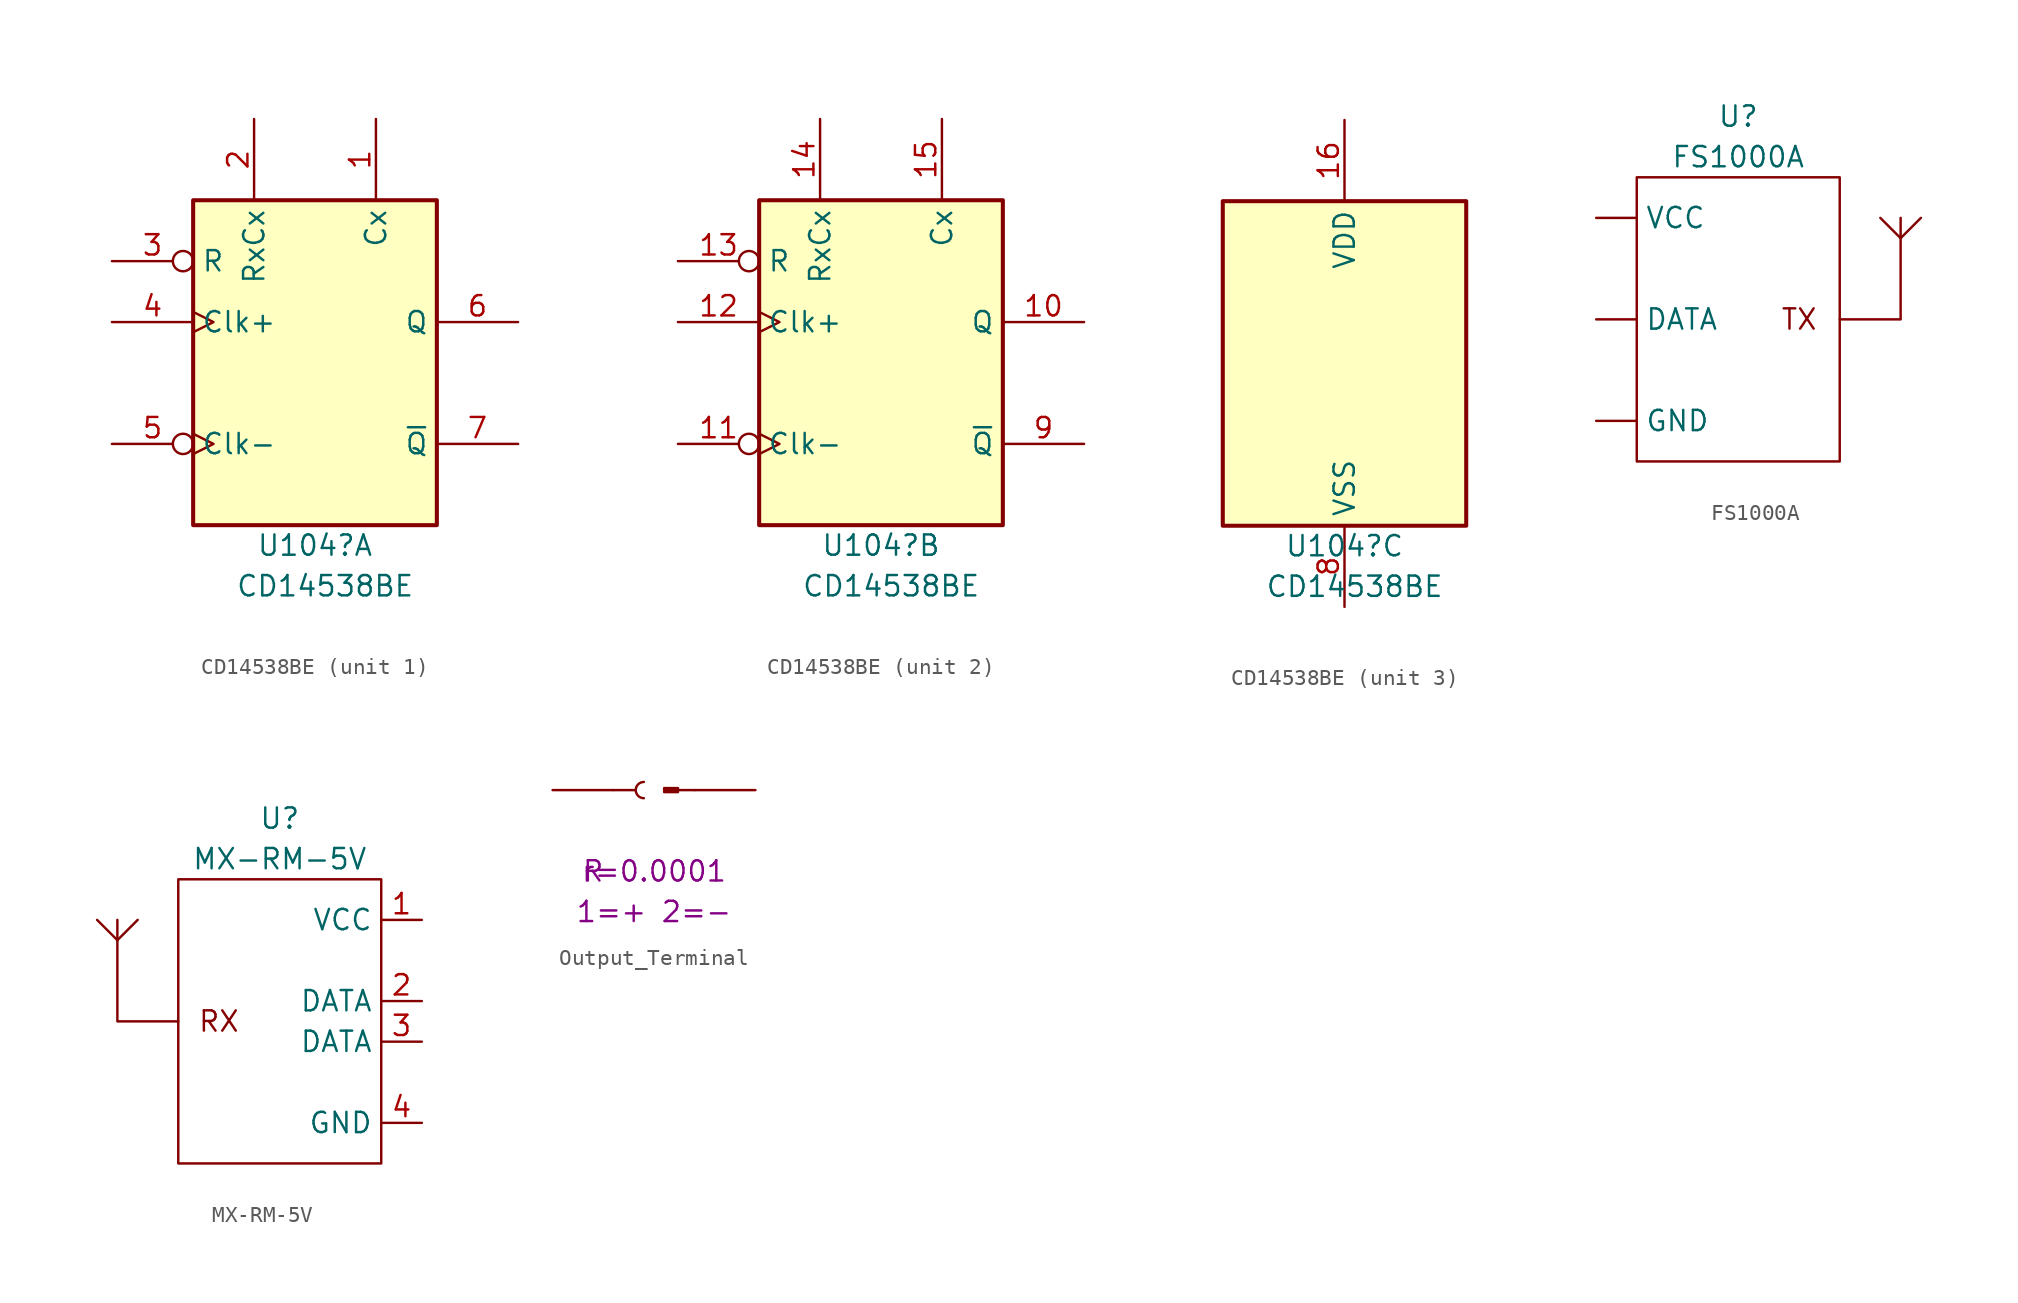
<source format=kicad_sym>
(kicad_symbol_lib
  (version 20220914)
  (generator kicad_symbol_editor)
  (symbol "CD14538BE"
    (property "Reference" "U104"
      (at 0 -11.43 0)
      (effects (font (size 1.27 1.27))))
    (property "Value" "CD14538BE"
      (at 0.635 -13.97 0)
      (effects (font (size 1.27 1.27))))
    (property "ki_locked" ""
      (at 0 0 0)
      (effects (font (size 1.27 1.27))))
    (symbol "CD14538BE_1_0"
      (pin input line (at 3.81 15.24 270) (length 5.08) (name "Cx" (effects (font (size 1.27 1.27)))) (number "1" (effects (font (size 1.27 1.27)))))
      (pin input line (at -3.81 15.24 270) (length 5.08) (name "RxCx" (effects (font (size 1.27 1.27)))) (number "2" (effects (font (size 1.27 1.27)))))
      (pin input inverted (at -12.7 6.35 0) (length 5.08) (name "R" (effects (font (size 1.27 1.27)))) (number "3" (effects (font (size 1.27 1.27)))))
      (pin input clock (at -12.7 2.54 0) (length 5.08) (name "Clk+" (effects (font (size 1.27 1.27)))) (number "4" (effects (font (size 1.27 1.27)))))
      (pin input inverted_clock (at -12.7 -5.08 0) (length 5.08) (name "Clk-" (effects (font (size 1.27 1.27)))) (number "5" (effects (font (size 1.27 1.27)))))
      (pin output line (at 12.7 2.54 180) (length 5.08) (name "Q" (effects (font (size 1.27 1.27)))) (number "6" (effects (font (size 1.27 1.27)))))
      (pin output line (at 12.7 -5.08 180) (length 5.08) (name "~{Q}" (effects (font (size 1.27 1.27)))) (number "7" (effects (font (size 1.27 1.27))))))
    (symbol "CD14538BE_1_1"
      (rectangle (start -7.62 10.16) (end 7.62 -10.16) (stroke (width 0.254) (type default)) (fill (type background))))
    (symbol "CD14538BE_2_0"
      (pin output line (at 12.7 2.54 180) (length 5.08) (name "Q" (effects (font (size 1.27 1.27)))) (number "10" (effects (font (size 1.27 1.27)))))
      (pin input inverted_clock (at -12.7 -5.08 0) (length 5.08) (name "Clk-" (effects (font (size 1.27 1.27)))) (number "11" (effects (font (size 1.27 1.27)))))
      (pin input clock (at -12.7 2.54 0) (length 5.08) (name "Clk+" (effects (font (size 1.27 1.27)))) (number "12" (effects (font (size 1.27 1.27)))))
      (pin input inverted (at -12.7 6.35 0) (length 5.08) (name "R" (effects (font (size 1.27 1.27)))) (number "13" (effects (font (size 1.27 1.27)))))
      (pin input line (at -3.81 15.24 270) (length 5.08) (name "RxCx" (effects (font (size 1.27 1.27)))) (number "14" (effects (font (size 1.27 1.27)))))
      (pin input line (at 3.81 15.24 270) (length 5.08) (name "Cx" (effects (font (size 1.27 1.27)))) (number "15" (effects (font (size 1.27 1.27)))))
      (pin output line (at 12.7 -5.08 180) (length 5.08) (name "~{Q}" (effects (font (size 1.27 1.27)))) (number "9" (effects (font (size 1.27 1.27))))))
    (symbol "CD14538BE_2_1"
      (rectangle (start -7.62 10.16) (end 7.62 -10.16) (stroke (width 0.254) (type default)) (fill (type background))))
    (symbol "CD14538BE_3_0"
      (pin power_in line (at 0 15.24 270) (length 5.08) (name "VDD" (effects (font (size 1.27 1.27)))) (number "16" (effects (font (size 1.27 1.27)))))
      (pin power_in line (at 0 -15.24 90) (length 5.08) (name "VSS" (effects (font (size 1.27 1.27)))) (number "8" (effects (font (size 1.27 1.27))))))
    (symbol "CD14538BE_3_1"
      (rectangle (start -7.62 10.16) (end 7.62 -10.16) (stroke (width 0.254) (type default)) (fill (type background)))))
  (symbol "FS1000A"
    (pin_numbers hide)
    (property "Reference" "U"
      (at 0 12.7 0)
      (effects (font (size 1.27 1.27))))
    (property "Value" "FS1000A"
      (at 0 10.16 0)
      (effects (font (size 1.27 1.27))))
    (symbol "FS1000A_0_1"
      (rectangle (start -6.35 8.89) (end 6.35 -8.89) (stroke (width 0) (type default)) (fill (type none)))
      (polyline (pts (xy 10.16 5.08) (xy 10.16 6.35)) (stroke (width 0) (type default)) (fill (type none)))
      (polyline (pts (xy 10.16 5.08) (xy 11.43 6.35)) (stroke (width 0) (type default)) (fill (type none)))
      (polyline (pts (xy 6.35 0) (xy 10.16 0) (xy 10.16 5.08) (xy 8.89 6.35)) (stroke (width 0) (type default)) (fill (type none))))
    (symbol "FS1000A_1_1"
      (text "TX" (at 3.81 0 0) (effects (font (size 1.27 1.27))))
      (pin input line (at -8.89 0 0) (length 2.54) (name "DATA" (effects (font (size 1.27 1.27)))) (number "1" (effects (font (size 1.27 1.27)))))
      (pin power_in line (at -8.89 6.35 0) (length 2.54) (name "VCC" (effects (font (size 1.27 1.27)))) (number "2" (effects (font (size 1.27 1.27)))))
      (pin power_in line (at -8.89 -6.35 0) (length 2.54) (name "GND" (effects (font (size 1.27 1.27)))) (number "3" (effects (font (size 1.27 1.27)))))))
  (symbol "MX-RM-5V"
    (property "Reference" "U"
      (at 0 12.7 0)
      (effects (font (size 1.27 1.27))))
    (property "Value" "MX-RM-5V"
      (at 0 10.16 0)
      (effects (font (size 1.27 1.27))))
    (symbol "MX-RM-5V_0_1"
      (rectangle (start -6.35 -8.89) (end 6.35 8.89) (stroke (width 0) (type default)) (fill (type none)))
      (polyline (pts (xy -10.16 5.08) (xy -11.43 6.35)) (stroke (width 0) (type default)) (fill (type none)))
      (polyline (pts (xy -10.16 5.08) (xy -10.16 6.35)) (stroke (width 0) (type default)) (fill (type none)))
      (polyline (pts (xy -6.35 0) (xy -10.16 0) (xy -10.16 5.08) (xy -8.89 6.35)) (stroke (width 0) (type default)) (fill (type none))))
    (symbol "MX-RM-5V_1_1"
      (text "RX" (at -3.81 0 0) (effects (font (size 1.27 1.27))))
      (pin power_in line (at 8.89 6.35 180) (length 2.54) (name "VCC" (effects (font (size 1.27 1.27)))) (number "1" (effects (font (size 1.27 1.27)))))
      (pin output line (at 8.89 1.27 180) (length 2.54) (name "DATA" (effects (font (size 1.27 1.27)))) (number "2" (effects (font (size 1.27 1.27)))))
      (pin output line (at 8.89 -1.27 180) (length 2.54) (name "DATA" (effects (font (size 1.27 1.27)))) (number "3" (effects (font (size 1.27 1.27)))))
      (pin power_in line (at 8.89 -6.35 180) (length 2.54) (name "GND" (effects (font (size 1.27 1.27)))) (number "4" (effects (font (size 1.27 1.27)))))))
  (symbol "Output_Terminal"
    (pin_numbers hide)
    (pin_names
      (offset 1.016) hide)
    (property "Reference" "J"
      (at 0 6.35 0)
      (effects (font (size 1.27 1.27)) hide))
    (property "Sim.Device" "R"
      (at -3.81 -5.08 0)
      (effects (font (size 1.27 1.27))))
    (property "Sim.Pins" "1=+ 2=-"
      (at 0 -7.62 0)
      (effects (font (size 1.27 1.27))))
    (property "Sim.Params" "r=0.0001"
      (at 0 -5.08 0)
      (effects (font (size 1.27 1.27))))
    (symbol "Output_Terminal_1_1"
      (arc (start -0.635 0.508) (mid -1.1408 0) (end -0.635 -0.508) (stroke (width 0.1524) (type default)) (fill (type none)))
      (polyline (pts (xy -2.54 0) (xy -1.143 0)) (stroke (width 0.152) (type default)) (fill (type none)))
      (polyline (pts (xy 2.54 0) (xy 1.499 0)) (stroke (width 0.152) (type default)) (fill (type none)))
      (rectangle (start 1.499 0.127) (end 0.635 -0.127) (stroke (width 0.152) (type default)) (fill (type outline)))
      (pin passive line (at -6.35 0 0) (length 3.81) (name "In" (effects (font (size 1.27 1.27)))) (number "1" (effects (font (size 1.27 1.27)))))
      (pin passive line (at 6.35 0 180) (length 3.81) (name "Out" (effects (font (size 1.27 1.27)))) (number "2" (effects (font (size 1.27 1.27))))))))
</source>
